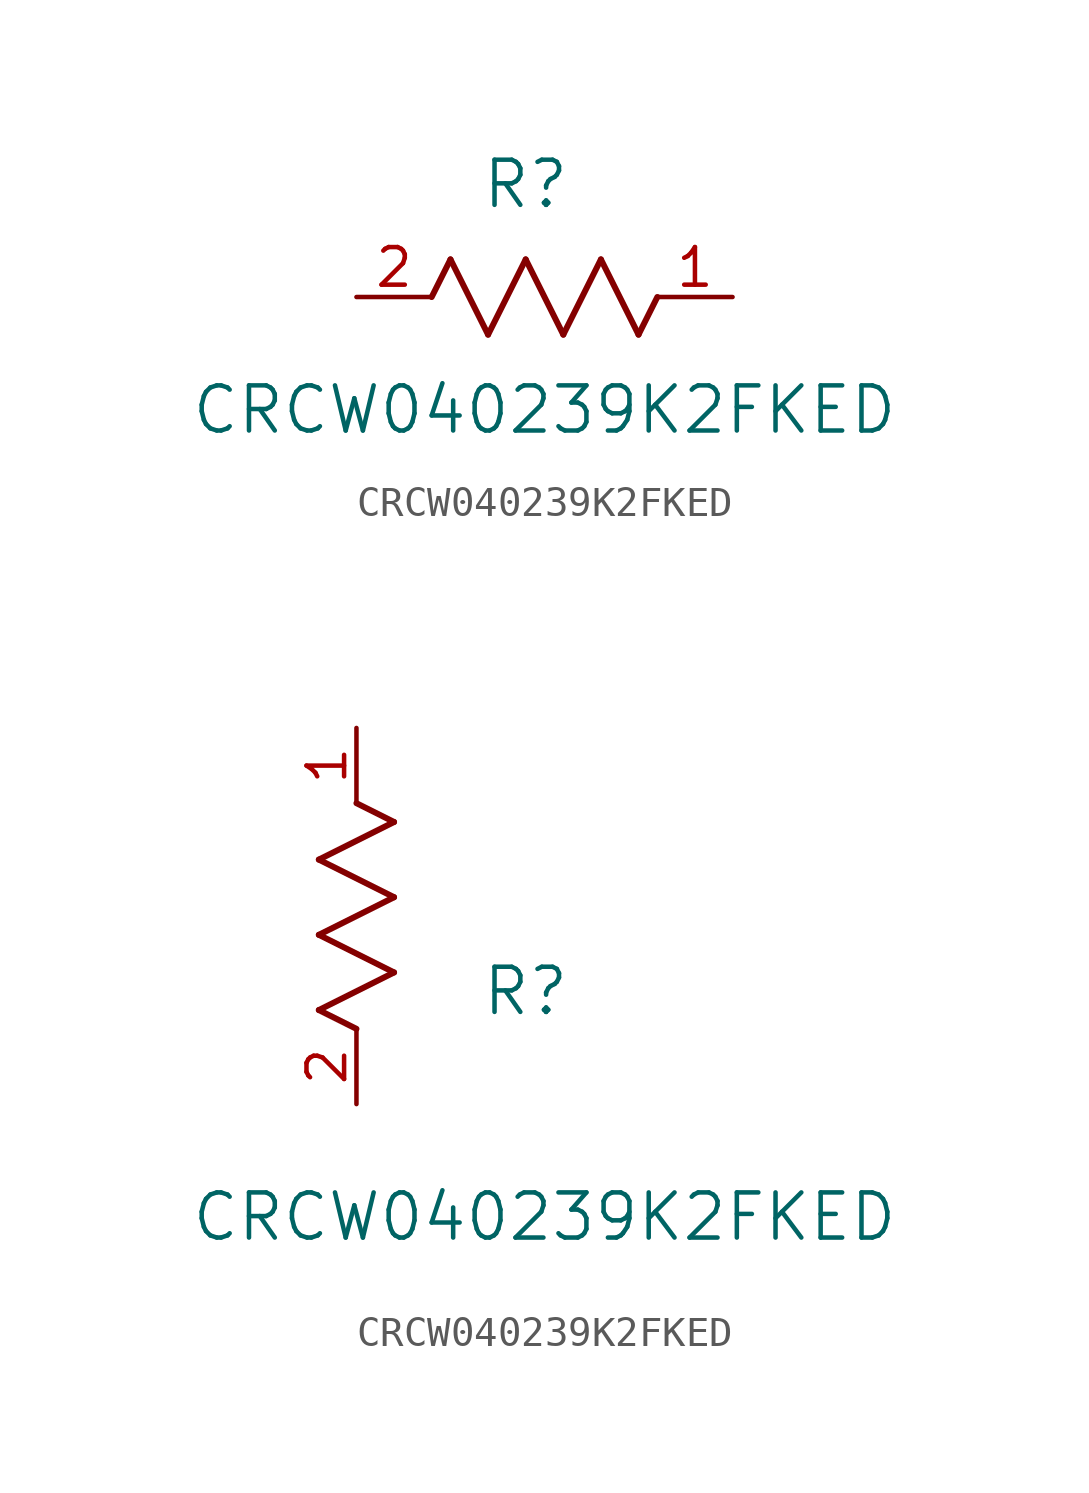
<source format=kicad_sym>
(kicad_symbol_lib
  (version 20211014)
  (generator kicad_symbol_editor)
  (symbol "CRCW040239K2FKED"
    (pin_names
      (offset 0.254))
    (property "Reference" "R"
      (at 5.715 3.81 0)
      (effects (font (size 1.524 1.524))))
    (property "Value" "CRCW040239K2FKED"
      (at 6.35 -3.81 0)
      (effects (font (size 1.524 1.524))))
    (symbol "CRCW040239K2FKED_1_1"
      (polyline (pts (xy 3.175 1.27) (xy 4.445 -1.27)) (stroke (width 0.203) (type default) (color 0 0 0 0)) (fill (type none)))
      (polyline (pts (xy 4.445 -1.27) (xy 5.715 1.27)) (stroke (width 0.203) (type default) (color 0 0 0 0)) (fill (type none)))
      (polyline (pts (xy 5.715 1.27) (xy 6.985 -1.27)) (stroke (width 0.203) (type default) (color 0 0 0 0)) (fill (type none)))
      (polyline (pts (xy 6.985 -1.27) (xy 8.255 1.27)) (stroke (width 0.203) (type default) (color 0 0 0 0)) (fill (type none)))
      (polyline (pts (xy 8.255 1.27) (xy 9.525 -1.27)) (stroke (width 0.203) (type default) (color 0 0 0 0)) (fill (type none)))
      (polyline (pts (xy 2.54 0) (xy 3.175 1.27)) (stroke (width 0.203) (type default) (color 0 0 0 0)) (fill (type none)))
      (polyline (pts (xy 9.525 -1.27) (xy 10.16 0)) (stroke (width 0.203) (type default) (color 0 0 0 0)) (fill (type none)))
      (pin unspecified line (at 0 0 0) (length 2.54) (name "" (effects (font (size 1.27 1.27)))) (number "2" (effects (font (size 1.27 1.27)))))
      (pin unspecified line (at 12.7 0 180) (length 2.54) (name "" (effects (font (size 1.27 1.27)))) (number "1" (effects (font (size 1.27 1.27))))))
    (symbol "CRCW040239K2FKED_1_2"
      (polyline (pts (xy 0 2.54) (xy -1.27 3.175)) (stroke (width 0.203) (type default) (color 0 0 0 0)) (fill (type none)))
      (polyline (pts (xy -1.27 3.175) (xy 1.27 4.445)) (stroke (width 0.203) (type default) (color 0 0 0 0)) (fill (type none)))
      (polyline (pts (xy 1.27 4.445) (xy -1.27 5.715)) (stroke (width 0.203) (type default) (color 0 0 0 0)) (fill (type none)))
      (polyline (pts (xy -1.27 5.715) (xy 1.27 6.985)) (stroke (width 0.203) (type default) (color 0 0 0 0)) (fill (type none)))
      (polyline (pts (xy -1.27 8.255) (xy 1.27 9.525)) (stroke (width 0.203) (type default) (color 0 0 0 0)) (fill (type none)))
      (polyline (pts (xy 1.27 9.525) (xy 0 10.16)) (stroke (width 0.203) (type default) (color 0 0 0 0)) (fill (type none)))
      (polyline (pts (xy 1.27 6.985) (xy -1.27 8.255)) (stroke (width 0.203) (type default) (color 0 0 0 0)) (fill (type none)))
      (pin unspecified line (at 0 0 90) (length 2.54) (name "" (effects (font (size 1.27 1.27)))) (number "2" (effects (font (size 1.27 1.27)))))
      (pin unspecified line (at 0 12.7 270) (length 2.54) (name "" (effects (font (size 1.27 1.27)))) (number "1" (effects (font (size 1.27 1.27))))))))
</source>
